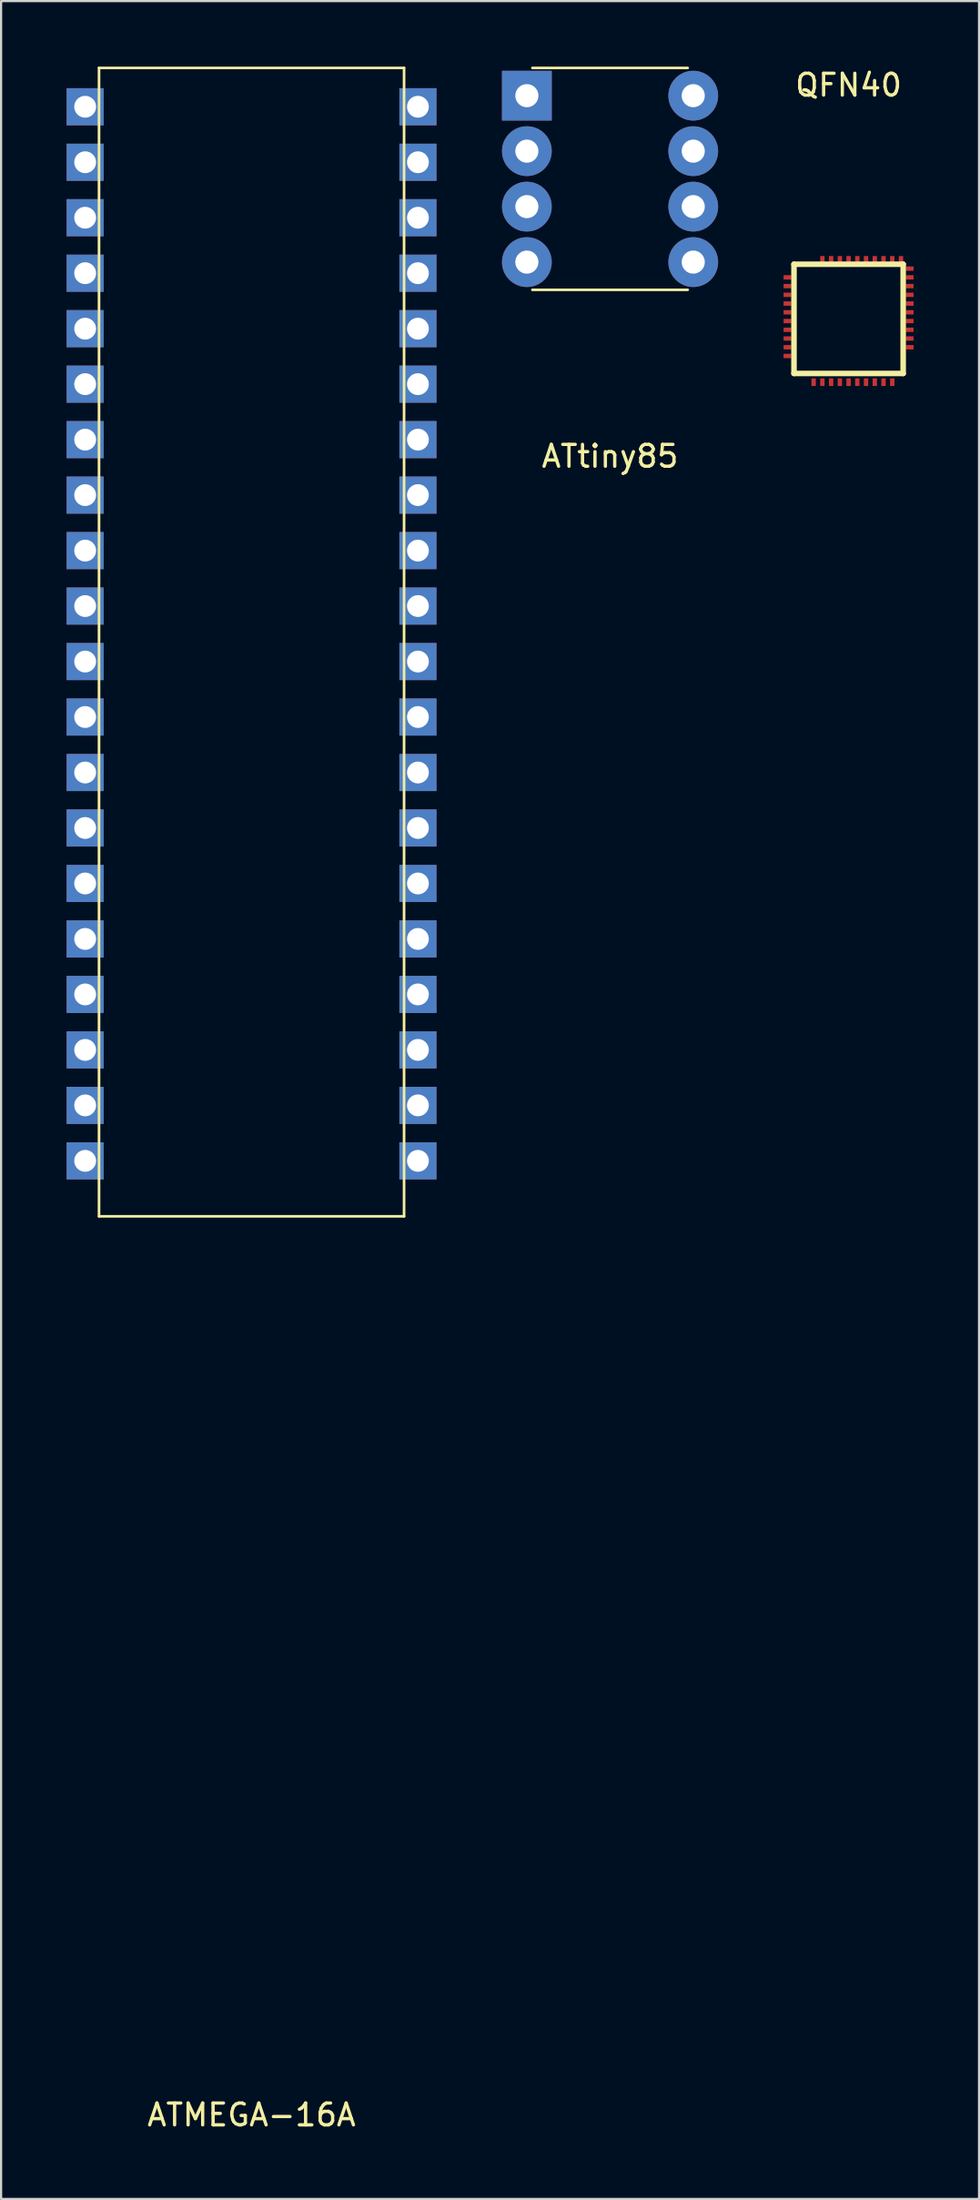
<source format=kicad_pcb>
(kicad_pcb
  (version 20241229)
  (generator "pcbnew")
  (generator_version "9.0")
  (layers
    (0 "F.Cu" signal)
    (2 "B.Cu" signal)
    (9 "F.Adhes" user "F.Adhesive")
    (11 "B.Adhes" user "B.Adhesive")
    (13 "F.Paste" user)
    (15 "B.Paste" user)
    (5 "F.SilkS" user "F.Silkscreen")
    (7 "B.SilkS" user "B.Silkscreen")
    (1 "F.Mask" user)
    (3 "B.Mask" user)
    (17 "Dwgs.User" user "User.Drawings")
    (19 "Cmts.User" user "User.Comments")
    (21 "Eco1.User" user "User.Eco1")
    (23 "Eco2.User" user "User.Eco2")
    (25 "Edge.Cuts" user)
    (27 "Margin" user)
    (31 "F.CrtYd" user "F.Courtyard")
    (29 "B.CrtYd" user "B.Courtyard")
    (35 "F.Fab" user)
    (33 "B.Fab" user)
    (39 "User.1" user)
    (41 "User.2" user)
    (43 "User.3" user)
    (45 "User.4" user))
  (footprint "QFN40"
    (layer "F.Cu")
    (at 35.813 14.048)
    (property "Reference" "QFN40" (at 0 -13.2 0) (layer "F.SilkS") (effects (font (size 1 1) (thickness 0.15))))
    (attr through_hole)
    (fp_line (start -2.5 -5) (end 2.5 -5) (stroke (width 0.254) (type solid)) (layer "F.SilkS"))
    (fp_line (start -2.5 0) (end -2.5 -5) (stroke (width 0.254) (type solid)) (layer "F.SilkS"))
    (fp_line (start -2.5 0) (end 2.5 0) (stroke (width 0.254) (type solid)) (layer "F.SilkS"))
    (fp_line (start 2.5 0) (end 2.5 -5) (stroke (width 0.254) (type solid)) (layer "F.SilkS"))
    (pad "1" smd rect (at -2.8 -4.4 90) (size 0.2 0.35) (layers "F.Cu" "F.Mask" "F.Paste"))
    (pad "2" smd rect (at -2.8 -4 90) (size 0.2 0.35) (layers "F.Cu" "F.Mask" "F.Paste"))
    (pad "3" smd rect (at -2.8 -3.6 90) (size 0.2 0.35) (layers "F.Cu" "F.Mask" "F.Paste"))
    (pad "4" smd rect (at -2.8 -3.2 90) (size 0.2 0.35) (layers "F.Cu" "F.Mask" "F.Paste"))
    (pad "5" smd rect (at -2.8 -2.8 90) (size 0.2 0.35) (layers "F.Cu" "F.Mask" "F.Paste"))
    (pad "6" smd rect (at -2.8 -2.4 90) (size 0.2 0.35) (layers "F.Cu" "F.Mask" "F.Paste"))
    (pad "7" smd rect (at -2.8 -2 90) (size 0.2 0.35) (layers "F.Cu" "F.Mask" "F.Paste"))
    (pad "8" smd rect (at -2.8 -1.6 90) (size 0.2 0.35) (layers "F.Cu" "F.Mask" "F.Paste"))
    (pad "9" smd rect (at -2.8 -1.2 90) (size 0.2 0.35) (layers "F.Cu" "F.Mask" "F.Paste"))
    (pad "10" smd rect (at -2.8 -0.8 90) (size 0.2 0.35) (layers "F.Cu" "F.Mask" "F.Paste"))
    (pad "11" smd rect (at -1.6 0.4) (size 0.2 0.35) (layers "F.Cu" "F.Mask" "F.Paste"))
    (pad "12" smd rect (at -1.2 0.4) (size 0.2 0.35) (layers "F.Cu" "F.Mask" "F.Paste"))
    (pad "13" smd rect (at -0.8 0.4) (size 0.2 0.35) (layers "F.Cu" "F.Mask" "F.Paste"))
    (pad "14" smd rect (at -0.4 0.4) (size 0.2 0.35) (layers "F.Cu" "F.Mask" "F.Paste"))
    (pad "15" smd rect (at 0 0.4) (size 0.2 0.35) (layers "F.Cu" "F.Mask" "F.Paste"))
    (pad "16" smd rect (at 0.4 0.4) (size 0.2 0.35) (layers "F.Cu" "F.Mask" "F.Paste"))
    (pad "17" smd rect (at 0.8 0.4) (size 0.2 0.35) (layers "F.Cu" "F.Mask" "F.Paste"))
    (pad "18" smd rect (at 1.2 0.4) (size 0.2 0.35) (layers "F.Cu" "F.Mask" "F.Paste"))
    (pad "19" smd rect (at 1.6 0.4) (size 0.2 0.35) (layers "F.Cu" "F.Mask" "F.Paste"))
    (pad "20" smd rect (at 2 0.4) (size 0.2 0.35) (layers "F.Cu" "F.Mask" "F.Paste"))
    (pad "21" smd rect (at 2.8 -1.2 90) (size 0.2 0.35) (layers "F.Cu" "F.Mask" "F.Paste"))
    (pad "22" smd rect (at 2.8 -1.6 90) (size 0.2 0.35) (layers "F.Cu" "F.Mask" "F.Paste"))
    (pad "23" smd rect (at 2.8 -2 90) (size 0.2 0.35) (layers "F.Cu" "F.Mask" "F.Paste"))
    (pad "24" smd rect (at 2.8 -2.4 90) (size 0.2 0.35) (layers "F.Cu" "F.Mask" "F.Paste"))
    (pad "25" smd rect (at 2.8 -2.8 90) (size 0.2 0.35) (layers "F.Cu" "F.Mask" "F.Paste"))
    (pad "26" smd rect (at 2.8 -3.2 90) (size 0.2 0.35) (layers "F.Cu" "F.Mask" "F.Paste"))
    (pad "27" smd rect (at 2.8 -3.6 90) (size 0.2 0.35) (layers "F.Cu" "F.Mask" "F.Paste"))
    (pad "28" smd rect (at 2.8 -4 90) (size 0.2 0.35) (layers "F.Cu" "F.Mask" "F.Paste"))
    (pad "29" smd rect (at 2.8 -4.4 90) (size 0.2 0.35) (layers "F.Cu" "F.Mask" "F.Paste"))
    (pad "30" smd rect (at 2.8 -4.8 90) (size 0.2 0.35) (layers "F.Cu" "F.Mask" "F.Paste"))
    (pad "31" smd rect (at 2.4 -5.2) (size 0.2 0.35) (layers "F.Cu" "F.Mask" "F.Paste"))
    (pad "32" smd rect (at 2 -5.2) (size 0.2 0.35) (layers "F.Cu" "F.Mask" "F.Paste"))
    (pad "33" smd rect (at 1.6 -5.2) (size 0.2 0.35) (layers "F.Cu" "F.Mask" "F.Paste"))
    (pad "34" smd rect (at 1.2 -5.2) (size 0.2 0.35) (layers "F.Cu" "F.Mask" "F.Paste"))
    (pad "35" smd rect (at 0.8 -5.2) (size 0.2 0.35) (layers "F.Cu" "F.Mask" "F.Paste"))
    (pad "36" smd rect (at 0.4 -5.2) (size 0.2 0.35) (layers "F.Cu" "F.Mask" "F.Paste"))
    (pad "37" smd rect (at 0 -5.2) (size 0.2 0.35) (layers "F.Cu" "F.Mask" "F.Paste"))
    (pad "38" smd rect (at -0.4 -5.2) (size 0.2 0.35) (layers "F.Cu" "F.Mask" "F.Paste"))
    (pad "39" smd rect (at -0.8 -5.2) (size 0.2 0.35) (layers "F.Cu" "F.Mask" "F.Paste"))
    (pad "40" smd rect (at -1.2 -5.2) (size 0.2 0.35) (layers "F.Cu" "F.Mask" "F.Paste")))
  (footprint "ATtiny85"
    (layer "F.Cu")
    (at 24.889 5.14)
    (property "Reference" "ATtiny85" (at 0 12.7 0) (layer "F.SilkS") (effects (font (size 1 1) (thickness 0.15))))
    (attr through_hole)
    (fp_line (start -3.556 -5.08) (end 3.556 -5.08) (stroke (width 0.12) (type solid)) (layer "F.SilkS"))
    (fp_line (start -3.556 5.08) (end 3.556 5.08) (stroke (width 0.12) (type solid)) (layer "F.SilkS"))
    (pad "1" thru_hole rect (at -3.81 -3.81) (size 2.278 2.278) (drill 1.059) (layers "*.Cu" "*.Mask"))
    (pad "2" thru_hole circle (at -3.81 -1.27) (size 2.278 2.278) (drill 1.059) (layers "*.Cu" "*.Mask"))
    (pad "3" thru_hole circle (at -3.81 1.27) (size 2.278 2.278) (drill 1.059) (layers "*.Cu" "*.Mask"))
    (pad "4" thru_hole circle (at -3.81 3.81) (size 2.278 2.278) (drill 1.059) (layers "*.Cu" "*.Mask"))
    (pad "5" thru_hole circle (at 3.81 3.81) (size 2.278 2.278) (drill 1.059) (layers "*.Cu" "*.Mask"))
    (pad "6" thru_hole circle (at 3.81 1.27) (size 2.278 2.278) (drill 1.059) (layers "*.Cu" "*.Mask"))
    (pad "7" thru_hole circle (at 3.81 -1.27) (size 2.278 2.278) (drill 1.059) (layers "*.Cu" "*.Mask"))
    (pad "8" thru_hole circle (at 3.81 -3.81) (size 2.278 2.278) (drill 1.059) (layers "*.Cu" "*.Mask")))
  (footprint "ATMEGA-16A"
    (layer "F.Cu")
    (at 8.47 52.638)
    (property "Reference" "ATMEGA-16A" (at 0 41.14 0) (layer "F.SilkS") (effects (font (size 1 1) (thickness 0.15))))
    (attr through_hole)
    (fp_line (start -6.985 -52.578) (end 6.985 -52.578) (stroke (width 0.12) (type solid)) (layer "F.SilkS"))
    (fp_line (start -6.985 0) (end -6.985 -52.578) (stroke (width 0.12) (type solid)) (layer "F.SilkS"))
    (fp_line (start -6.985 0) (end 6.985 0) (stroke (width 0.12) (type solid)) (layer "F.SilkS"))
    (fp_line (start 6.985 0) (end 6.985 -52.578) (stroke (width 0.12) (type solid)) (layer "F.SilkS"))
    (pad "1" thru_hole rect (at -7.62 -50.8) (size 1.7 1.7) (drill 1) (layers "*.Cu" "*.Mask"))
    (pad "2" thru_hole rect (at -7.62 -48.26) (size 1.7 1.7) (drill 1) (layers "*.Cu" "*.Mask"))
    (pad "3" thru_hole rect (at -7.62 -45.72) (size 1.7 1.7) (drill 1) (layers "*.Cu" "*.Mask"))
    (pad "4" thru_hole rect (at -7.62 -43.18) (size 1.7 1.7) (drill 1) (layers "*.Cu" "*.Mask"))
    (pad "5" thru_hole rect (at -7.62 -40.64) (size 1.7 1.7) (drill 1) (layers "*.Cu" "*.Mask"))
    (pad "6" thru_hole rect (at -7.62 -38.1) (size 1.7 1.7) (drill 1) (layers "*.Cu" "*.Mask"))
    (pad "7" thru_hole rect (at -7.62 -35.56) (size 1.7 1.7) (drill 1) (layers "*.Cu" "*.Mask"))
    (pad "8" thru_hole rect (at -7.62 -33.02) (size 1.7 1.7) (drill 1) (layers "*.Cu" "*.Mask"))
    (pad "9" thru_hole rect (at -7.62 -30.48) (size 1.7 1.7) (drill 1) (layers "*.Cu" "*.Mask"))
    (pad "10" thru_hole rect (at -7.62 -27.94) (size 1.7 1.7) (drill 1) (layers "*.Cu" "*.Mask"))
    (pad "11" thru_hole rect (at -7.62 -25.4) (size 1.7 1.7) (drill 1) (layers "*.Cu" "*.Mask"))
    (pad "12" thru_hole rect (at -7.62 -22.86) (size 1.7 1.7) (drill 1) (layers "*.Cu" "*.Mask"))
    (pad "13" thru_hole rect (at -7.62 -20.32) (size 1.7 1.7) (drill 1) (layers "*.Cu" "*.Mask"))
    (pad "14" thru_hole rect (at -7.62 -17.78) (size 1.7 1.7) (drill 1) (layers "*.Cu" "*.Mask"))
    (pad "15" thru_hole rect (at -7.62 -15.24) (size 1.7 1.7) (drill 1) (layers "*.Cu" "*.Mask"))
    (pad "16" thru_hole rect (at -7.62 -12.7) (size 1.7 1.7) (drill 1) (layers "*.Cu" "*.Mask"))
    (pad "17" thru_hole rect (at -7.62 -10.16) (size 1.7 1.7) (drill 1) (layers "*.Cu" "*.Mask"))
    (pad "18" thru_hole rect (at -7.62 -7.62) (size 1.7 1.7) (drill 1) (layers "*.Cu" "*.Mask"))
    (pad "19" thru_hole rect (at -7.62 -5.08) (size 1.7 1.7) (drill 1) (layers "*.Cu" "*.Mask"))
    (pad "20" thru_hole rect (at -7.62 -2.54) (size 1.7 1.7) (drill 1) (layers "*.Cu" "*.Mask"))
    (pad "21" thru_hole rect (at 7.62 -2.54) (size 1.7 1.7) (drill 1) (layers "*.Cu" "*.Mask"))
    (pad "22" thru_hole rect (at 7.62 -5.08) (size 1.7 1.7) (drill 1) (layers "*.Cu" "*.Mask"))
    (pad "23" thru_hole rect (at 7.62 -7.62) (size 1.7 1.7) (drill 1) (layers "*.Cu" "*.Mask"))
    (pad "24" thru_hole rect (at 7.62 -10.16) (size 1.7 1.7) (drill 1) (layers "*.Cu" "*.Mask"))
    (pad "25" thru_hole rect (at 7.62 -12.7) (size 1.7 1.7) (drill 1) (layers "*.Cu" "*.Mask"))
    (pad "26" thru_hole rect (at 7.62 -15.24) (size 1.7 1.7) (drill 1) (layers "*.Cu" "*.Mask"))
    (pad "27" thru_hole rect (at 7.62 -17.78) (size 1.7 1.7) (drill 1) (layers "*.Cu" "*.Mask"))
    (pad "28" thru_hole rect (at 7.62 -20.32) (size 1.7 1.7) (drill 1) (layers "*.Cu" "*.Mask"))
    (pad "29" thru_hole rect (at 7.62 -22.86) (size 1.7 1.7) (drill 1) (layers "*.Cu" "*.Mask"))
    (pad "30" thru_hole rect (at 7.62 -25.4) (size 1.7 1.7) (drill 1) (layers "*.Cu" "*.Mask"))
    (pad "31" thru_hole rect (at 7.62 -27.94) (size 1.7 1.7) (drill 1) (layers "*.Cu" "*.Mask"))
    (pad "32" thru_hole rect (at 7.62 -30.48) (size 1.7 1.7) (drill 1) (layers "*.Cu" "*.Mask"))
    (pad "33" thru_hole rect (at 7.62 -33.02) (size 1.7 1.7) (drill 1) (layers "*.Cu" "*.Mask"))
    (pad "34" thru_hole rect (at 7.62 -35.56) (size 1.7 1.7) (drill 1) (layers "*.Cu" "*.Mask"))
    (pad "35" thru_hole rect (at 7.62 -38.1) (size 1.7 1.7) (drill 1) (layers "*.Cu" "*.Mask"))
    (pad "36" thru_hole rect (at 7.62 -40.64) (size 1.7 1.7) (drill 1) (layers "*.Cu" "*.Mask"))
    (pad "37" thru_hole rect (at 7.62 -43.18) (size 1.7 1.7) (drill 1) (layers "*.Cu" "*.Mask"))
    (pad "38" thru_hole rect (at 7.62 -45.72) (size 1.7 1.7) (drill 1) (layers "*.Cu" "*.Mask"))
    (pad "39" thru_hole rect (at 7.62 -48.26) (size 1.7 1.7) (drill 1) (layers "*.Cu" "*.Mask"))
    (pad "40" thru_hole rect (at 7.62 -50.8) (size 1.7 1.7) (drill 1) (layers "*.Cu" "*.Mask")))
  (gr_rect
    (start -3 -3)
    (end 41.788 97.626)
    (stroke (width 0.1) (type default))
    (fill no)
    (layer "Edge.Cuts")))
</source>
